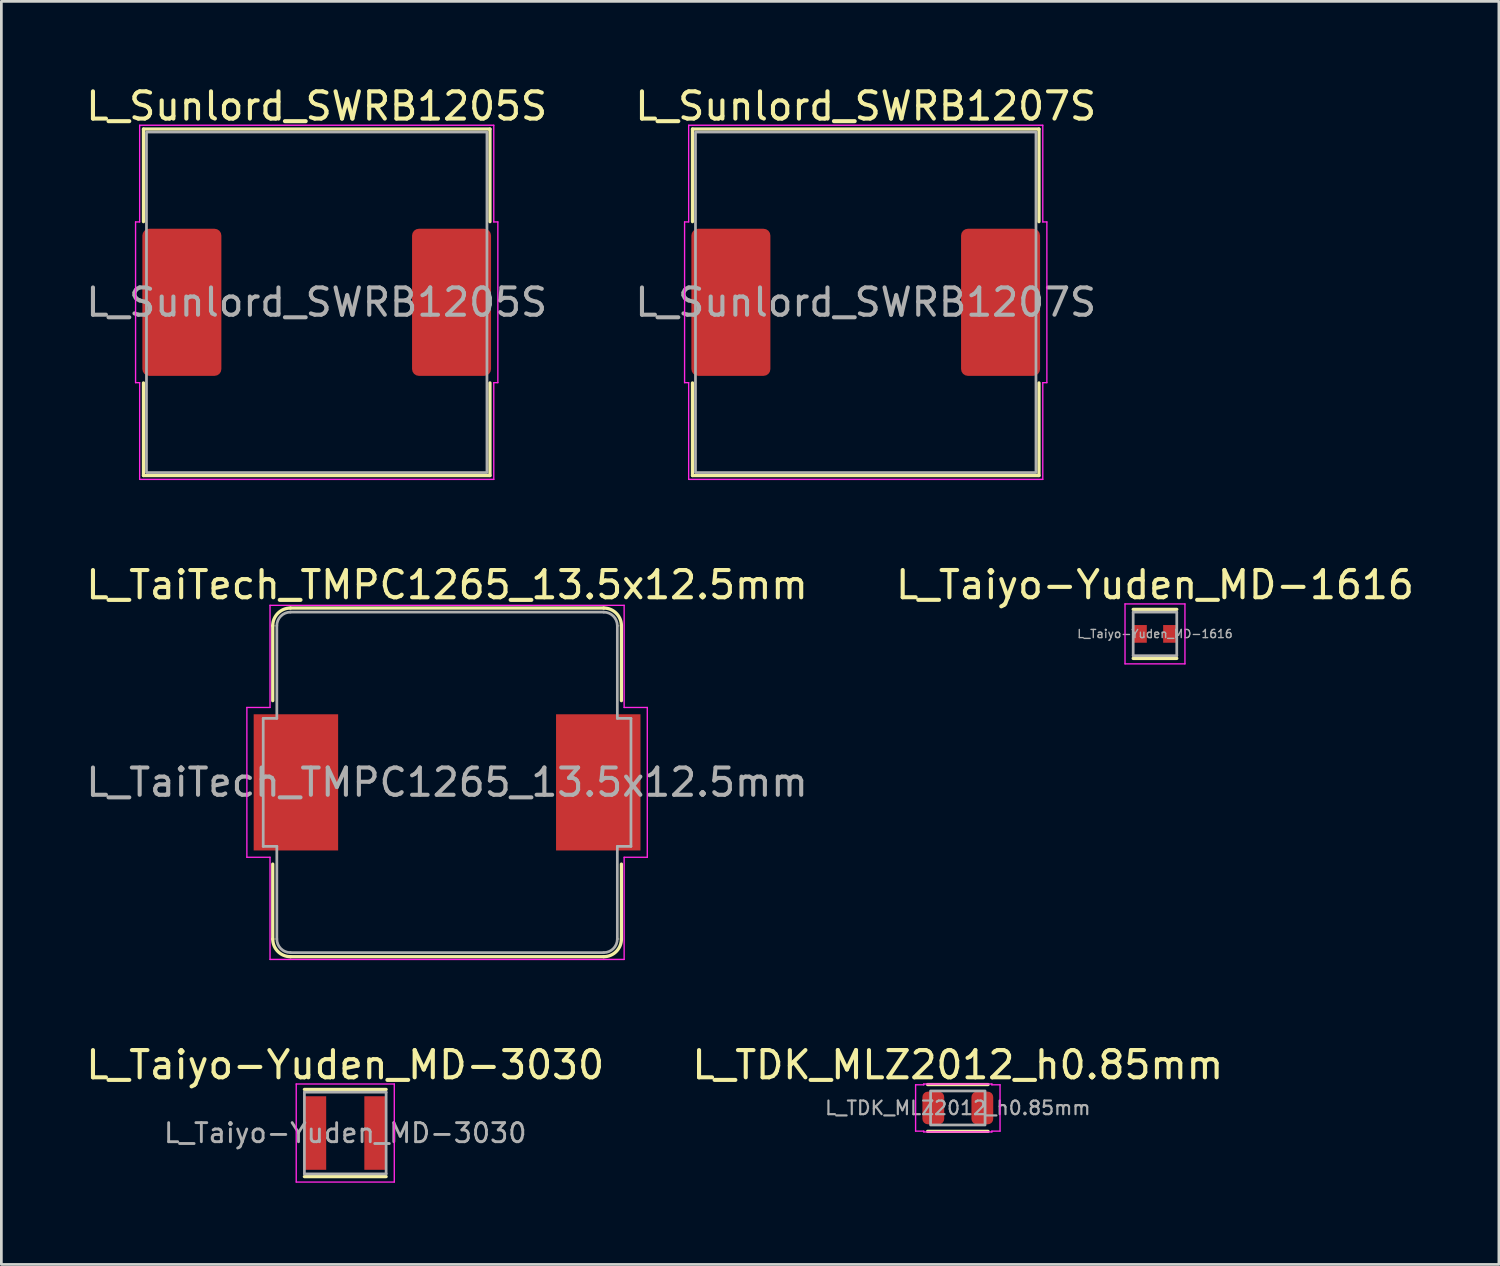
<source format=kicad_pcb>
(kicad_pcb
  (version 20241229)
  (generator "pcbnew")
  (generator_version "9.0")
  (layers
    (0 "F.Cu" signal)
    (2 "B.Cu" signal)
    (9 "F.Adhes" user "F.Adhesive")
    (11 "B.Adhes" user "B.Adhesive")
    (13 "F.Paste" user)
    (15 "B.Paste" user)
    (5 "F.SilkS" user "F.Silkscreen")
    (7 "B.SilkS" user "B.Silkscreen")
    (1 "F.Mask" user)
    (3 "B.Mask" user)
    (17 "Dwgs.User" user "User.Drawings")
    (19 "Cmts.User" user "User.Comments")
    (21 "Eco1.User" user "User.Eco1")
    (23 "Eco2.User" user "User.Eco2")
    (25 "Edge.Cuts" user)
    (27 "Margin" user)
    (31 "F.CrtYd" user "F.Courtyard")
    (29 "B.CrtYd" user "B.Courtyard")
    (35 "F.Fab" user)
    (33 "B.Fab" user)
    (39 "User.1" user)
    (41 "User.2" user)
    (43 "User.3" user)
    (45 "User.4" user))
  (footprint "L_Sunlord_SWRB1207S"
    (layer "F.Cu")
    (at 28.732 8.048)
    (property "Reference" "L_Sunlord_SWRB1207S" (at 0 -7.2 0) (layer "F.SilkS") (effects (font (size 1 1) (thickness 0.15))))
    (attr smd)
    (fp_line (start -6.36 -6.36) (end 6.36 -6.36) (stroke (width 0.12) (type solid)) (layer "F.SilkS"))
    (fp_line (start -6.36 -2.96) (end -6.36 -6.36) (stroke (width 0.12) (type solid)) (layer "F.SilkS"))
    (fp_line (start -6.36 6.36) (end -6.36 2.96) (stroke (width 0.12) (type solid)) (layer "F.SilkS"))
    (fp_line (start 6.36 -6.36) (end 6.36 -2.96) (stroke (width 0.12) (type solid)) (layer "F.SilkS"))
    (fp_line (start 6.36 2.96) (end 6.36 6.36) (stroke (width 0.12) (type solid)) (layer "F.SilkS"))
    (fp_line (start 6.36 6.36) (end -6.36 6.36) (stroke (width 0.12) (type solid)) (layer "F.SilkS"))
    (fp_line (start -6.65 -2.95) (end -6.5 -2.95) (stroke (width 0.05) (type solid)) (layer "F.CrtYd"))
    (fp_line (start -6.65 2.95) (end -6.65 -2.95) (stroke (width 0.05) (type solid)) (layer "F.CrtYd"))
    (fp_line (start -6.5 -6.5) (end 6.5 -6.5) (stroke (width 0.05) (type solid)) (layer "F.CrtYd"))
    (fp_line (start -6.5 -2.95) (end -6.5 -6.5) (stroke (width 0.05) (type solid)) (layer "F.CrtYd"))
    (fp_line (start -6.5 2.95) (end -6.65 2.95) (stroke (width 0.05) (type solid)) (layer "F.CrtYd"))
    (fp_line (start -6.5 6.5) (end -6.5 2.95) (stroke (width 0.05) (type solid)) (layer "F.CrtYd"))
    (fp_line (start 6.5 -6.5) (end 6.5 -2.95) (stroke (width 0.05) (type solid)) (layer "F.CrtYd"))
    (fp_line (start 6.5 -2.95) (end 6.65 -2.95) (stroke (width 0.05) (type solid)) (layer "F.CrtYd"))
    (fp_line (start 6.5 2.95) (end 6.5 6.5) (stroke (width 0.05) (type solid)) (layer "F.CrtYd"))
    (fp_line (start 6.5 6.5) (end -6.5 6.5) (stroke (width 0.05) (type solid)) (layer "F.CrtYd"))
    (fp_line (start 6.65 -2.95) (end 6.65 2.95) (stroke (width 0.05) (type solid)) (layer "F.CrtYd"))
    (fp_line (start 6.65 2.95) (end 6.5 2.95) (stroke (width 0.05) (type solid)) (layer "F.CrtYd"))
    (fp_rect (start -6.25 -6.25) (end 6.25 6.25) (stroke (width 0.1) (type solid)) (fill no) (layer "F.Fab"))
    (fp_text user "${REFERENCE}" (at 0 0 0) (layer "F.Fab") (effects (font (size 1 1) (thickness 0.15))))
    (pad "1" smd roundrect (at -4.95 0) (size 2.9 5.4) (layers "F.Cu" "F.Mask" "F.Paste") (roundrect_rratio 0.086))
    (pad "2" smd roundrect (at 4.95 0) (size 2.9 5.4) (layers "F.Cu" "F.Mask" "F.Paste") (roundrect_rratio 0.086)))
  (footprint "L_Sunlord_SWRB1205S"
    (layer "F.Cu")
    (at 8.577 8.048)
    (property "Reference" "L_Sunlord_SWRB1205S" (at 0 -7.2 0) (layer "F.SilkS") (effects (font (size 1 1) (thickness 0.15))))
    (attr smd)
    (fp_line (start -6.36 -6.36) (end 6.36 -6.36) (stroke (width 0.12) (type solid)) (layer "F.SilkS"))
    (fp_line (start -6.36 -2.96) (end -6.36 -6.36) (stroke (width 0.12) (type solid)) (layer "F.SilkS"))
    (fp_line (start -6.36 6.36) (end -6.36 2.96) (stroke (width 0.12) (type solid)) (layer "F.SilkS"))
    (fp_line (start 6.36 -6.36) (end 6.36 -2.96) (stroke (width 0.12) (type solid)) (layer "F.SilkS"))
    (fp_line (start 6.36 2.96) (end 6.36 6.36) (stroke (width 0.12) (type solid)) (layer "F.SilkS"))
    (fp_line (start 6.36 6.36) (end -6.36 6.36) (stroke (width 0.12) (type solid)) (layer "F.SilkS"))
    (fp_line (start -6.65 -2.95) (end -6.5 -2.95) (stroke (width 0.05) (type solid)) (layer "F.CrtYd"))
    (fp_line (start -6.65 2.95) (end -6.65 -2.95) (stroke (width 0.05) (type solid)) (layer "F.CrtYd"))
    (fp_line (start -6.5 -6.5) (end 6.5 -6.5) (stroke (width 0.05) (type solid)) (layer "F.CrtYd"))
    (fp_line (start -6.5 -2.95) (end -6.5 -6.5) (stroke (width 0.05) (type solid)) (layer "F.CrtYd"))
    (fp_line (start -6.5 2.95) (end -6.65 2.95) (stroke (width 0.05) (type solid)) (layer "F.CrtYd"))
    (fp_line (start -6.5 6.5) (end -6.5 2.95) (stroke (width 0.05) (type solid)) (layer "F.CrtYd"))
    (fp_line (start 6.5 -6.5) (end 6.5 -2.95) (stroke (width 0.05) (type solid)) (layer "F.CrtYd"))
    (fp_line (start 6.5 -2.95) (end 6.65 -2.95) (stroke (width 0.05) (type solid)) (layer "F.CrtYd"))
    (fp_line (start 6.5 2.95) (end 6.5 6.5) (stroke (width 0.05) (type solid)) (layer "F.CrtYd"))
    (fp_line (start 6.5 6.5) (end -6.5 6.5) (stroke (width 0.05) (type solid)) (layer "F.CrtYd"))
    (fp_line (start 6.65 -2.95) (end 6.65 2.95) (stroke (width 0.05) (type solid)) (layer "F.CrtYd"))
    (fp_line (start 6.65 2.95) (end 6.5 2.95) (stroke (width 0.05) (type solid)) (layer "F.CrtYd"))
    (fp_rect (start -6.25 -6.25) (end 6.25 6.25) (stroke (width 0.1) (type solid)) (fill no) (layer "F.Fab"))
    (fp_text user "${REFERENCE}" (at 0 0 0) (layer "F.Fab") (effects (font (size 1 1) (thickness 0.15))))
    (pad "1" smd roundrect (at -4.95 0) (size 2.9 5.4) (layers "F.Cu" "F.Mask" "F.Paste") (roundrect_rratio 0.086))
    (pad "2" smd roundrect (at 4.95 0) (size 2.9 5.4) (layers "F.Cu" "F.Mask" "F.Paste") (roundrect_rratio 0.086)))
  (footprint "L_Taiyo-Yuden_MD-1616"
    (layer "F.Cu")
    (at 39.351 20.221)
    (property "Reference" "L_Taiyo-Yuden_MD-1616" (at 0 -1.8 0) (layer "F.SilkS") (effects (font (size 1 1) (thickness 0.15))))
    (attr smd)
    (fp_line (start -0.8 -0.9) (end 0.8 -0.9) (stroke (width 0.12) (type solid)) (layer "F.SilkS"))
    (fp_line (start -0.8 0.9) (end 0.8 0.9) (stroke (width 0.12) (type solid)) (layer "F.SilkS"))
    (fp_line (start -1.1 -1.1) (end -1.1 1.1) (stroke (width 0.05) (type solid)) (layer "F.CrtYd"))
    (fp_line (start -1.1 1.1) (end 1.1 1.1) (stroke (width 0.05) (type solid)) (layer "F.CrtYd"))
    (fp_line (start 1.1 -1.1) (end -1.1 -1.1) (stroke (width 0.05) (type solid)) (layer "F.CrtYd"))
    (fp_line (start 1.1 1.1) (end 1.1 -1.1) (stroke (width 0.05) (type solid)) (layer "F.CrtYd"))
    (fp_line (start -0.8 -0.8) (end -0.8 0.8) (stroke (width 0.1) (type solid)) (layer "F.Fab"))
    (fp_line (start -0.8 0.8) (end 0.8 0.8) (stroke (width 0.1) (type solid)) (layer "F.Fab"))
    (fp_line (start 0.8 -0.8) (end -0.8 -0.8) (stroke (width 0.1) (type solid)) (layer "F.Fab"))
    (fp_line (start 0.8 0.8) (end 0.8 -0.8) (stroke (width 0.1) (type solid)) (layer "F.Fab"))
    (fp_text user "${REFERENCE}" (at 0 0 0) (layer "F.Fab") (effects (font (size 0.3 0.3) (thickness 0.05))))
    (pad "1" smd rect (at -0.55 0) (size 0.5 0.65) (layers "F.Cu" "F.Mask" "F.Paste"))
    (pad "2" smd rect (at 0.55 0) (size 0.5 0.65) (layers "F.Cu" "F.Mask" "F.Paste")))
  (footprint "L_Taiyo-Yuden_MD-3030"
    (layer "F.Cu")
    (at 9.625 38.545)
    (property "Reference" "L_Taiyo-Yuden_MD-3030" (at 0 -2.5 0) (layer "F.SilkS") (effects (font (size 1 1) (thickness 0.15))))
    (attr smd)
    (fp_line (start -1.5 -1.6) (end 1.5 -1.6) (stroke (width 0.12) (type solid)) (layer "F.SilkS"))
    (fp_line (start -1.5 1.6) (end 1.5 1.6) (stroke (width 0.12) (type solid)) (layer "F.SilkS"))
    (fp_line (start -1.8 -1.8) (end -1.8 1.8) (stroke (width 0.05) (type solid)) (layer "F.CrtYd"))
    (fp_line (start -1.8 1.8) (end 1.8 1.8) (stroke (width 0.05) (type solid)) (layer "F.CrtYd"))
    (fp_line (start 1.8 -1.8) (end -1.8 -1.8) (stroke (width 0.05) (type solid)) (layer "F.CrtYd"))
    (fp_line (start 1.8 1.8) (end 1.8 -1.8) (stroke (width 0.05) (type solid)) (layer "F.CrtYd"))
    (fp_line (start -1.5 -1.5) (end -1.5 1.5) (stroke (width 0.1) (type solid)) (layer "F.Fab"))
    (fp_line (start -1.5 1.5) (end 1.5 1.5) (stroke (width 0.1) (type solid)) (layer "F.Fab"))
    (fp_line (start 1.5 -1.5) (end -1.5 -1.5) (stroke (width 0.1) (type solid)) (layer "F.Fab"))
    (fp_line (start 1.5 1.5) (end 1.5 -1.5) (stroke (width 0.1) (type solid)) (layer "F.Fab"))
    (fp_text user "${REFERENCE}" (at 0 0 0) (layer "F.Fab") (effects (font (size 0.7 0.7) (thickness 0.105))))
    (pad "1" smd rect (at -1.1 0) (size 0.8 2.7) (layers "F.Cu" "F.Mask" "F.Paste"))
    (pad "2" smd rect (at 1.1 0) (size 0.8 2.7) (layers "F.Cu" "F.Mask" "F.Paste")))
  (footprint "L_TaiTech_TMPC1265_13.5x12.5mm"
    (layer "F.Cu")
    (at 13.363 25.672)
    (property "Reference" "L_TaiTech_TMPC1265_13.5x12.5mm" (at 0 -7.25 0) (layer "F.SilkS") (effects (font (size 1 1) (thickness 0.15))))
    (attr smd)
    (fp_line (start -6.4 -5.75) (end -6.4 -3) (stroke (width 0.12) (type solid)) (layer "F.SilkS"))
    (fp_line (start -6.4 3) (end -6.4 5.75) (stroke (width 0.12) (type solid)) (layer "F.SilkS"))
    (fp_line (start -5.75 -6.4) (end 5.75 -6.4) (stroke (width 0.12) (type solid)) (layer "F.SilkS"))
    (fp_line (start 5.75 6.4) (end -5.75 6.4) (stroke (width 0.12) (type solid)) (layer "F.SilkS"))
    (fp_line (start 6.4 -5.75) (end 6.4 -3) (stroke (width 0.12) (type solid)) (layer "F.SilkS"))
    (fp_line (start 6.4 3) (end 6.4 5.75) (stroke (width 0.12) (type solid)) (layer "F.SilkS"))
    (fp_arc (start -6.4 -5.75) (mid -6.209619 -6.209619) (end -5.75 -6.4) (stroke (width 0.12) (type solid)) (layer "F.SilkS"))
    (fp_arc (start -5.75 6.4) (mid -6.209619 6.209619) (end -6.4 5.75) (stroke (width 0.12) (type solid)) (layer "F.SilkS"))
    (fp_arc (start 5.75 -6.4) (mid 6.209619 -6.209619) (end 6.4 -5.75) (stroke (width 0.12) (type solid)) (layer "F.SilkS"))
    (fp_arc (start 6.4 5.75) (mid 6.209619 6.209619) (end 5.75 6.4) (stroke (width 0.12) (type solid)) (layer "F.SilkS"))
    (fp_line (start -7.35 -2.75) (end -6.5 -2.75) (stroke (width 0.05) (type solid)) (layer "F.CrtYd"))
    (fp_line (start -7.35 2.75) (end -7.35 -2.75) (stroke (width 0.05) (type solid)) (layer "F.CrtYd"))
    (fp_line (start -6.5 -6.5) (end 6.5 -6.5) (stroke (width 0.05) (type solid)) (layer "F.CrtYd"))
    (fp_line (start -6.5 -2.75) (end -6.5 -6.5) (stroke (width 0.05) (type solid)) (layer "F.CrtYd"))
    (fp_line (start -6.5 2.75) (end -7.35 2.75) (stroke (width 0.05) (type solid)) (layer "F.CrtYd"))
    (fp_line (start -6.5 2.75) (end -6.5 6.5) (stroke (width 0.05) (type solid)) (layer "F.CrtYd"))
    (fp_line (start 6.5 -2.75) (end 6.5 -6.5) (stroke (width 0.05) (type solid)) (layer "F.CrtYd"))
    (fp_line (start 6.5 -2.75) (end 7.35 -2.75) (stroke (width 0.05) (type solid)) (layer "F.CrtYd"))
    (fp_line (start 6.5 2.75) (end 6.5 6.5) (stroke (width 0.05) (type solid)) (layer "F.CrtYd"))
    (fp_line (start 6.5 6.5) (end -6.5 6.5) (stroke (width 0.05) (type solid)) (layer "F.CrtYd"))
    (fp_line (start 7.35 -2.75) (end 7.35 2.75) (stroke (width 0.05) (type solid)) (layer "F.CrtYd"))
    (fp_line (start 7.35 2.75) (end 6.5 2.75) (stroke (width 0.05) (type solid)) (layer "F.CrtYd"))
    (fp_line (start -6.75 -2.35) (end -6.75 2.35) (stroke (width 0.1) (type solid)) (layer "F.Fab"))
    (fp_line (start -6.75 -2.35) (end -6.25 -2.35) (stroke (width 0.1) (type solid)) (layer "F.Fab"))
    (fp_line (start -6.75 2.35) (end -6.25 2.35) (stroke (width 0.1) (type solid)) (layer "F.Fab"))
    (fp_line (start -6.25 -5.75) (end -6.25 -2.35) (stroke (width 0.1) (type solid)) (layer "F.Fab"))
    (fp_line (start -6.25 2.35) (end -6.25 5.75) (stroke (width 0.1) (type solid)) (layer "F.Fab"))
    (fp_line (start -5.75 -6.25) (end 5.75 -6.25) (stroke (width 0.1) (type solid)) (layer "F.Fab"))
    (fp_line (start 5.75 6.25) (end -5.75 6.25) (stroke (width 0.1) (type solid)) (layer "F.Fab"))
    (fp_line (start 6.25 -2.35) (end 6.25 -5.75) (stroke (width 0.1) (type solid)) (layer "F.Fab"))
    (fp_line (start 6.25 2.35) (end 6.25 5.75) (stroke (width 0.1) (type solid)) (layer "F.Fab"))
    (fp_line (start 6.75 -2.35) (end 6.25 -2.35) (stroke (width 0.1) (type solid)) (layer "F.Fab"))
    (fp_line (start 6.75 -2.35) (end 6.75 2.35) (stroke (width 0.1) (type solid)) (layer "F.Fab"))
    (fp_line (start 6.75 2.35) (end 6.25 2.35) (stroke (width 0.1) (type solid)) (layer "F.Fab"))
    (fp_arc (start -6.25 -5.75) (mid -6.103553 -6.103553) (end -5.75 -6.25) (stroke (width 0.1) (type solid)) (layer "F.Fab"))
    (fp_arc (start -5.75 6.25) (mid -6.103553 6.103553) (end -6.25 5.75) (stroke (width 0.1) (type solid)) (layer "F.Fab"))
    (fp_arc (start 5.75 -6.25) (mid 6.103553 -6.103553) (end 6.25 -5.75) (stroke (width 0.1) (type solid)) (layer "F.Fab"))
    (fp_arc (start 6.25 5.75) (mid 6.103553 6.103553) (end 5.75 6.25) (stroke (width 0.1) (type solid)) (layer "F.Fab"))
    (fp_text user "${REFERENCE}" (at 0 0 0) (layer "F.Fab") (effects (font (size 1 1) (thickness 0.15))))
    (pad "1" smd rect (at -5.55 0) (size 3.1 5) (layers "F.Cu" "F.Mask" "F.Paste"))
    (pad "2" smd rect (at 5.55 0) (size 3.1 5) (layers "F.Cu" "F.Mask" "F.Paste")))
  (footprint "L_TDK_MLZ2012_h0.85mm"
    (layer "F.Cu")
    (at 32.113 37.625)
    (property "Reference" "L_TDK_MLZ2012_h0.85mm" (at 0 -1.58 0) (layer "F.SilkS") (effects (font (size 1 1) (thickness 0.15))))
    (attr smd)
    (fp_line (start -1.11 -0.86) (end 1.11 -0.86) (stroke (width 0.12) (type solid)) (layer "F.SilkS"))
    (fp_line (start 1.11 0.86) (end -1.11 0.86) (stroke (width 0.12) (type solid)) (layer "F.SilkS"))
    (fp_line (start -1.55 -0.85) (end -1.25 -0.85) (stroke (width 0.05) (type solid)) (layer "F.CrtYd"))
    (fp_line (start -1.55 0.85) (end -1.55 -0.85) (stroke (width 0.05) (type solid)) (layer "F.CrtYd"))
    (fp_line (start -1.25 -0.88) (end 1.25 -0.88) (stroke (width 0.05) (type solid)) (layer "F.CrtYd"))
    (fp_line (start -1.25 -0.85) (end -1.25 -0.88) (stroke (width 0.05) (type solid)) (layer "F.CrtYd"))
    (fp_line (start -1.25 0.85) (end -1.55 0.85) (stroke (width 0.05) (type solid)) (layer "F.CrtYd"))
    (fp_line (start -1.25 0.88) (end -1.25 0.85) (stroke (width 0.05) (type solid)) (layer "F.CrtYd"))
    (fp_line (start 1.25 -0.88) (end 1.25 -0.85) (stroke (width 0.05) (type solid)) (layer "F.CrtYd"))
    (fp_line (start 1.25 -0.85) (end 1.55 -0.85) (stroke (width 0.05) (type solid)) (layer "F.CrtYd"))
    (fp_line (start 1.25 0.85) (end 1.25 0.88) (stroke (width 0.05) (type solid)) (layer "F.CrtYd"))
    (fp_line (start 1.25 0.88) (end -1.25 0.88) (stroke (width 0.05) (type solid)) (layer "F.CrtYd"))
    (fp_line (start 1.55 -0.85) (end 1.55 0.85) (stroke (width 0.05) (type solid)) (layer "F.CrtYd"))
    (fp_line (start 1.55 0.85) (end 1.25 0.85) (stroke (width 0.05) (type solid)) (layer "F.CrtYd"))
    (fp_rect (start -1 -0.625) (end 1 0.625) (stroke (width 0.1) (type solid)) (fill no) (layer "F.Fab"))
    (fp_text user "${REFERENCE}" (at 0 0 0) (layer "F.Fab") (effects (font (size 0.5 0.5) (thickness 0.08))))
    (pad "1" smd roundrect (at -0.9 0) (size 0.8 1.2) (layers "F.Cu" "F.Mask" "F.Paste") (roundrect_rratio 0.25))
    (pad "2" smd roundrect (at 0.9 0) (size 0.8 1.2) (layers "F.Cu" "F.Mask" "F.Paste") (roundrect_rratio 0.25)))
  (gr_rect
    (start -3 -3)
    (end 51.976 43.37)
    (stroke (width 0.1) (type default))
    (fill no)
    (layer "Edge.Cuts")))
</source>
